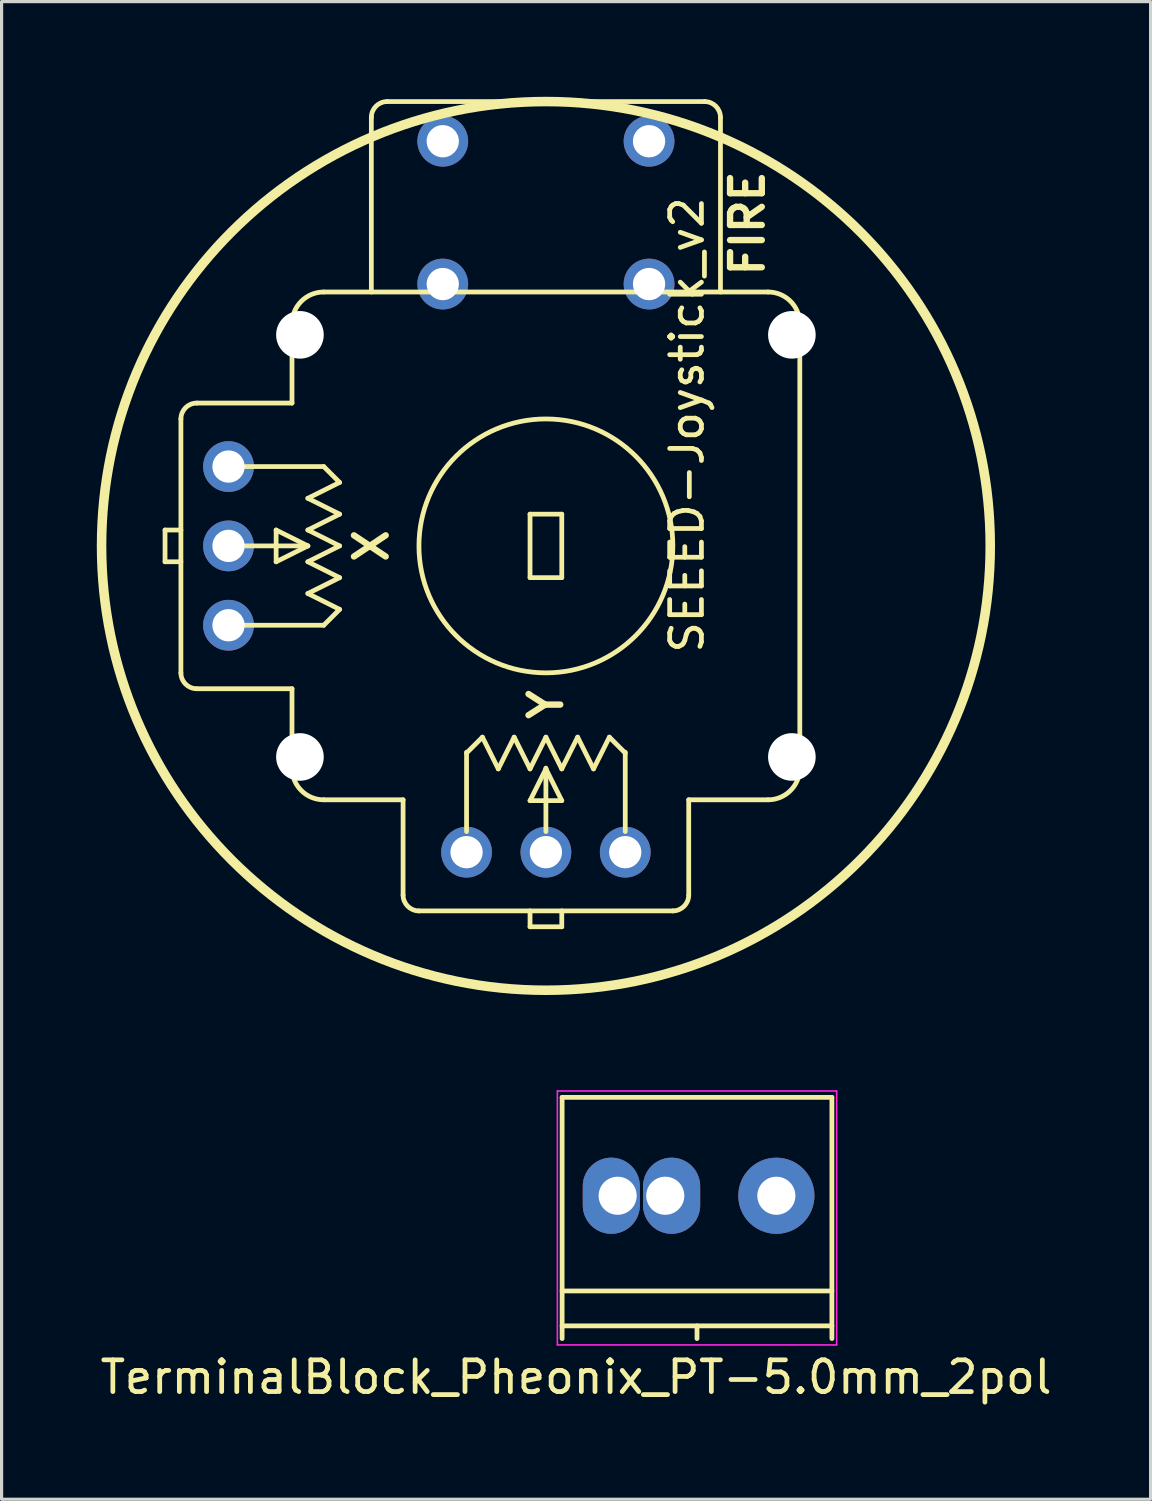
<source format=kicad_pcb>
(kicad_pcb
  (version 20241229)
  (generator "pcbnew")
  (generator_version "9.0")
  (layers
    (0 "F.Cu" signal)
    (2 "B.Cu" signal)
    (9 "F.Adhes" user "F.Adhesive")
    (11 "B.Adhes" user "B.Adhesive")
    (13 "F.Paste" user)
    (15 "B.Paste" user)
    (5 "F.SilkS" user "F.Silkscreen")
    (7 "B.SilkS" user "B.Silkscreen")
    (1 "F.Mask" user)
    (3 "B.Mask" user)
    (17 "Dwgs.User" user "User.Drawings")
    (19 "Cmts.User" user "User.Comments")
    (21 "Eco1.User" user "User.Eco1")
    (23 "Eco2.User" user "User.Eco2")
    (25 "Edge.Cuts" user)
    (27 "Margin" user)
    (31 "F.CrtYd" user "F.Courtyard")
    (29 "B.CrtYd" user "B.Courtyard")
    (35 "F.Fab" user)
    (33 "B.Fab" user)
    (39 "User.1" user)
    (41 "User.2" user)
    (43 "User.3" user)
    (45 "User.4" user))
  (footprint "TerminalBlock_Pheonix_PT-5.0mm_2pol"
    (layer "F.Cu")
    (at 18.911 34.625)
    (property "Reference" "TerminalBlock_Pheonix_PT-5.0mm_2pol" (at -3.81 5.715 180) (layer "F.SilkS") (effects (font (size 1 1) (thickness 0.15))))
    (attr through_hole)
    (fp_line (start -4.25 -3.1) (end -4.25 4.5) (stroke (width 0.15) (type solid)) (layer "F.SilkS"))
    (fp_line (start -4.25 3) (end 4.25 3) (stroke (width 0.15) (type solid)) (layer "F.SilkS"))
    (fp_line (start -4.25 4.1) (end 4.25 4.1) (stroke (width 0.15) (type solid)) (layer "F.SilkS"))
    (fp_line (start 0 4.1) (end 0 4.5) (stroke (width 0.15) (type solid)) (layer "F.SilkS"))
    (fp_line (start 4.25 -3.1) (end -4.25 -3.1) (stroke (width 0.15) (type solid)) (layer "F.SilkS"))
    (fp_line (start 4.25 4.5) (end 4.25 -3.1) (stroke (width 0.15) (type solid)) (layer "F.SilkS"))
    (fp_line (start -4.4 -3.3) (end 4.4 -3.3) (stroke (width 0.05) (type solid)) (layer "F.CrtYd"))
    (fp_line (start -4.4 4.7) (end -4.4 -3.3) (stroke (width 0.05) (type solid)) (layer "F.CrtYd"))
    (fp_line (start 4.4 -3.3) (end 4.4 4.7) (stroke (width 0.05) (type solid)) (layer "F.CrtYd"))
    (fp_line (start 4.4 4.7) (end -4.4 4.7) (stroke (width 0.05) (type solid)) (layer "F.CrtYd"))
    (pad "1" thru_hole oval (at -2.5 0) (size 1.8 2.4) (drill 1.2 (offset -0.2 0)) (layers "*.Cu" "*.Mask"))
    (pad "1" thru_hole oval (at -1 0) (size 1.8 2.4) (drill 1.2 (offset 0.2 0)) (layers "*.Cu" "*.Mask"))
    (pad "2" thru_hole circle (at 2.5 0) (size 2.4 2.4) (drill 1.2) (layers "*.Cu" "*.Mask")))
  (footprint "SEEED-Joystick_v2"
    (layer "F.Cu")
    (at 14.15 14.15)
    (property "Reference" "SEEED-Joystick_v2" (at 4.445 -3.81 90) (layer "F.SilkS") (effects (font (size 1 1) (thickness 0.15))))
    (attr through_hole)
    (fp_line (start -12 -0.5) (end -11.5 -0.5) (stroke (width 0.15) (type solid)) (layer "F.SilkS"))
    (fp_line (start -12 0.5) (end -12 -0.5) (stroke (width 0.15) (type solid)) (layer "F.SilkS"))
    (fp_line (start -11.5 -4) (end -11.5 4) (stroke (width 0.15) (type solid)) (layer "F.SilkS"))
    (fp_line (start -11.5 0.5) (end -12 0.5) (stroke (width 0.15) (type solid)) (layer "F.SilkS"))
    (fp_line (start -11 4.5) (end -8 4.5) (stroke (width 0.15) (type solid)) (layer "F.SilkS"))
    (fp_line (start -9.5 0) (end -7.5 0) (stroke (width 0.15) (type solid)) (layer "F.SilkS"))
    (fp_line (start -8.5 -0.5) (end -8.5 0.5) (stroke (width 0.15) (type solid)) (layer "F.SilkS"))
    (fp_line (start -8.5 0.5) (end -7.5 0) (stroke (width 0.15) (type solid)) (layer "F.SilkS"))
    (fp_line (start -8 -4.5) (end -11 -4.5) (stroke (width 0.15) (type solid)) (layer "F.SilkS"))
    (fp_line (start -8 -4.5) (end -8 -7) (stroke (width 0.15) (type solid)) (layer "F.SilkS"))
    (fp_line (start -8 7) (end -8 4.5) (stroke (width 0.15) (type solid)) (layer "F.SilkS"))
    (fp_line (start -7.5 -1.5) (end -6.5 -1) (stroke (width 0.15) (type solid)) (layer "F.SilkS"))
    (fp_line (start -7.5 -0.5) (end -6.5 0) (stroke (width 0.15) (type solid)) (layer "F.SilkS"))
    (fp_line (start -7.5 0) (end -8.5 -0.5) (stroke (width 0.15) (type solid)) (layer "F.SilkS"))
    (fp_line (start -7.5 0.5) (end -6.5 1) (stroke (width 0.15) (type solid)) (layer "F.SilkS"))
    (fp_line (start -7.5 1.5) (end -6.5 2) (stroke (width 0.15) (type solid)) (layer "F.SilkS"))
    (fp_line (start -7 -8) (end 7 -8) (stroke (width 0.15) (type solid)) (layer "F.SilkS"))
    (fp_line (start -7 -2.5) (end -9.5 -2.5) (stroke (width 0.15) (type solid)) (layer "F.SilkS"))
    (fp_line (start -7 -2.5) (end -6.5 -2) (stroke (width 0.15) (type solid)) (layer "F.SilkS"))
    (fp_line (start -7 2.5) (end -9.5 2.5) (stroke (width 0.15) (type solid)) (layer "F.SilkS"))
    (fp_line (start -6.5 -2) (end -7.5 -1.5) (stroke (width 0.15) (type solid)) (layer "F.SilkS"))
    (fp_line (start -6.5 -1) (end -7.5 -0.5) (stroke (width 0.15) (type solid)) (layer "F.SilkS"))
    (fp_line (start -6.5 0) (end -7.5 0.5) (stroke (width 0.15) (type solid)) (layer "F.SilkS"))
    (fp_line (start -6.5 1) (end -7.5 1.5) (stroke (width 0.15) (type solid)) (layer "F.SilkS"))
    (fp_line (start -6.5 2) (end -7 2.5) (stroke (width 0.15) (type solid)) (layer "F.SilkS"))
    (fp_line (start -5.5 -8) (end -5.5 -13.5) (stroke (width 0.15) (type solid)) (layer "F.SilkS"))
    (fp_line (start -5 -14) (end 5 -14) (stroke (width 0.15) (type solid)) (layer "F.SilkS"))
    (fp_line (start -4.5 8) (end -7 8) (stroke (width 0.15) (type solid)) (layer "F.SilkS"))
    (fp_line (start -4.5 8) (end -4.5 11) (stroke (width 0.15) (type solid)) (layer "F.SilkS"))
    (fp_line (start -4 11.5) (end 4 11.5) (stroke (width 0.15) (type solid)) (layer "F.SilkS"))
    (fp_line (start -2.5 6.5) (end -2.5 9) (stroke (width 0.15) (type solid)) (layer "F.SilkS"))
    (fp_line (start -2.5 6.526) (end -2 6.026) (stroke (width 0.15) (type solid)) (layer "F.SilkS"))
    (fp_line (start -2 6.026) (end -1.5 7.026) (stroke (width 0.15) (type solid)) (layer "F.SilkS"))
    (fp_line (start -1.5 7.026) (end -1 6.026) (stroke (width 0.15) (type solid)) (layer "F.SilkS"))
    (fp_line (start -1 6.026) (end -0.5 7.026) (stroke (width 0.15) (type solid)) (layer "F.SilkS"))
    (fp_line (start -0.5 -1) (end 0.5 -1) (stroke (width 0.15) (type solid)) (layer "F.SilkS"))
    (fp_line (start -0.5 1) (end -0.5 -1) (stroke (width 0.15) (type solid)) (layer "F.SilkS"))
    (fp_line (start -0.5 7.026) (end 0 6.026) (stroke (width 0.15) (type solid)) (layer "F.SilkS"))
    (fp_line (start -0.5 8.026) (end 0.5 8.026) (stroke (width 0.15) (type solid)) (layer "F.SilkS"))
    (fp_line (start -0.5 11.5) (end -0.5 12) (stroke (width 0.15) (type solid)) (layer "F.SilkS"))
    (fp_line (start -0.5 12) (end 0.5 12) (stroke (width 0.15) (type solid)) (layer "F.SilkS"))
    (fp_line (start 0 6.026) (end 0.5 7.026) (stroke (width 0.15) (type solid)) (layer "F.SilkS"))
    (fp_line (start 0 7.026) (end -0.5 8.026) (stroke (width 0.15) (type solid)) (layer "F.SilkS"))
    (fp_line (start 0 9) (end 0 7) (stroke (width 0.15) (type solid)) (layer "F.SilkS"))
    (fp_line (start 0.5 -1) (end 0.5 1) (stroke (width 0.15) (type solid)) (layer "F.SilkS"))
    (fp_line (start 0.5 1) (end -0.5 1) (stroke (width 0.15) (type solid)) (layer "F.SilkS"))
    (fp_line (start 0.5 7.026) (end 1 6.026) (stroke (width 0.15) (type solid)) (layer "F.SilkS"))
    (fp_line (start 0.5 8.026) (end 0 7.026) (stroke (width 0.15) (type solid)) (layer "F.SilkS"))
    (fp_line (start 0.5 12) (end 0.5 11.5) (stroke (width 0.15) (type solid)) (layer "F.SilkS"))
    (fp_line (start 1 6.026) (end 1.5 7.026) (stroke (width 0.15) (type solid)) (layer "F.SilkS"))
    (fp_line (start 1.5 7.026) (end 2 6.026) (stroke (width 0.15) (type solid)) (layer "F.SilkS"))
    (fp_line (start 2 6.026) (end 2.5 6.526) (stroke (width 0.15) (type solid)) (layer "F.SilkS"))
    (fp_line (start 2.5 6.5) (end 2.5 9) (stroke (width 0.15) (type solid)) (layer "F.SilkS"))
    (fp_line (start 4.5 8) (end 7 8) (stroke (width 0.15) (type solid)) (layer "F.SilkS"))
    (fp_line (start 4.5 11) (end 4.5 8) (stroke (width 0.15) (type solid)) (layer "F.SilkS"))
    (fp_line (start 5.5 -13.5) (end 5.5 -8) (stroke (width 0.15) (type solid)) (layer "F.SilkS"))
    (fp_line (start 8 -7) (end 8 7) (stroke (width 0.15) (type solid)) (layer "F.SilkS"))
    (fp_arc (start -11.5 -4) (mid -11.353553 -4.353553) (end -11 -4.5) (stroke (width 0.15) (type solid)) (layer "F.SilkS"))
    (fp_arc (start -11 4.5) (mid -11.353553 4.353553) (end -11.5 4) (stroke (width 0.15) (type solid)) (layer "F.SilkS"))
    (fp_arc (start -8 -7) (mid -7.707107 -7.707107) (end -7 -8) (stroke (width 0.15) (type solid)) (layer "F.SilkS"))
    (fp_arc (start -7 8) (mid -7.707107 7.707107) (end -8 7) (stroke (width 0.15) (type solid)) (layer "F.SilkS"))
    (fp_arc (start -5.5 -13.5) (mid -5.353553 -13.853553) (end -5 -14) (stroke (width 0.15) (type solid)) (layer "F.SilkS"))
    (fp_arc (start -4 11.5) (mid -4.353553 11.353553) (end -4.5 11) (stroke (width 0.15) (type solid)) (layer "F.SilkS"))
    (fp_arc (start 4.5 11) (mid 4.353553 11.353553) (end 4 11.5) (stroke (width 0.15) (type solid)) (layer "F.SilkS"))
    (fp_arc (start 5 -14) (mid 5.353553 -13.853553) (end 5.5 -13.5) (stroke (width 0.15) (type solid)) (layer "F.SilkS"))
    (fp_arc (start 7 -8) (mid 7.707107 -7.707107) (end 8 -7) (stroke (width 0.15) (type solid)) (layer "F.SilkS"))
    (fp_arc (start 8 7) (mid 7.707107 7.707107) (end 7 8) (stroke (width 0.15) (type solid)) (layer "F.SilkS"))
    (fp_circle (center 0 0) (end -14 0) (stroke (width 0.3) (type solid)) (fill no) (layer "F.SilkS"))
    (fp_circle (center 0 0) (end 4 0) (stroke (width 0.15) (type solid)) (fill no) (layer "F.SilkS"))
    (fp_text user "X" (at -5.5 0 90) (layer "F.SilkS") (effects (font (size 1 1) (thickness 0.2))))
    (fp_text user "Y" (at 0 5 90) (layer "F.SilkS") (effects (font (size 1 1) (thickness 0.2))))
    (fp_text user "FIRE" (at 6.35 -10.16 90) (layer "F.SilkS") (effects (font (size 1 1) (thickness 0.2))))
    (pad "" np_thru_hole circle (at -7.75 -6.65) (size 1.5 1.5) (drill 1.5) (layers "*.Cu"))
    (pad "" np_thru_hole circle (at -7.75 6.65) (size 1.5 1.5) (drill 1.5) (layers "*.Cu"))
    (pad "" np_thru_hole circle (at 7.75 -6.65) (size 1.5 1.5) (drill 1.5) (layers "*.Cu"))
    (pad "" np_thru_hole circle (at 7.75 6.65) (size 1.5 1.5) (drill 1.5) (layers "*.Cu"))
    (pad "A1" thru_hole circle (at -3.25 -12.75) (size 1.6 1.6) (drill 1.016) (layers "*.Cu" "*.Mask"))
    (pad "A2" thru_hole circle (at 3.25 -12.75) (size 1.6 1.6) (drill 1.016) (layers "*.Cu" "*.Mask"))
    (pad "B1" thru_hole circle (at -3.25 -8.25) (size 1.6 1.6) (drill 1.016) (layers "*.Cu" "*.Mask"))
    (pad "B2" thru_hole circle (at 3.25 -8.25) (size 1.6 1.6) (drill 1.016) (layers "*.Cu" "*.Mask"))
    (pad "X" thru_hole circle (at -10 0) (size 1.6 1.6) (drill 1.016) (layers "*.Cu" "*.Mask"))
    (pad "X+" thru_hole circle (at -10 -2.5) (size 1.6 1.6) (drill 1.016) (layers "*.Cu" "*.Mask"))
    (pad "X-" thru_hole circle (at -10 2.5) (size 1.6 1.6) (drill 1.016) (layers "*.Cu" "*.Mask"))
    (pad "Y" thru_hole circle (at 0 9.65) (size 1.6 1.6) (drill 1.016) (layers "*.Cu" "*.Mask"))
    (pad "Y+" thru_hole circle (at 2.5 9.65) (size 1.6 1.6) (drill 1.016) (layers "*.Cu" "*.Mask"))
    (pad "Y-" thru_hole circle (at -2.5 9.65) (size 1.6 1.6) (drill 1.016) (layers "*.Cu" "*.Mask")))
  (gr_rect
    (start -3 -3)
    (end 33.202 44.188)
    (stroke (width 0.1) (type default))
    (fill no)
    (layer "Edge.Cuts")))
</source>
